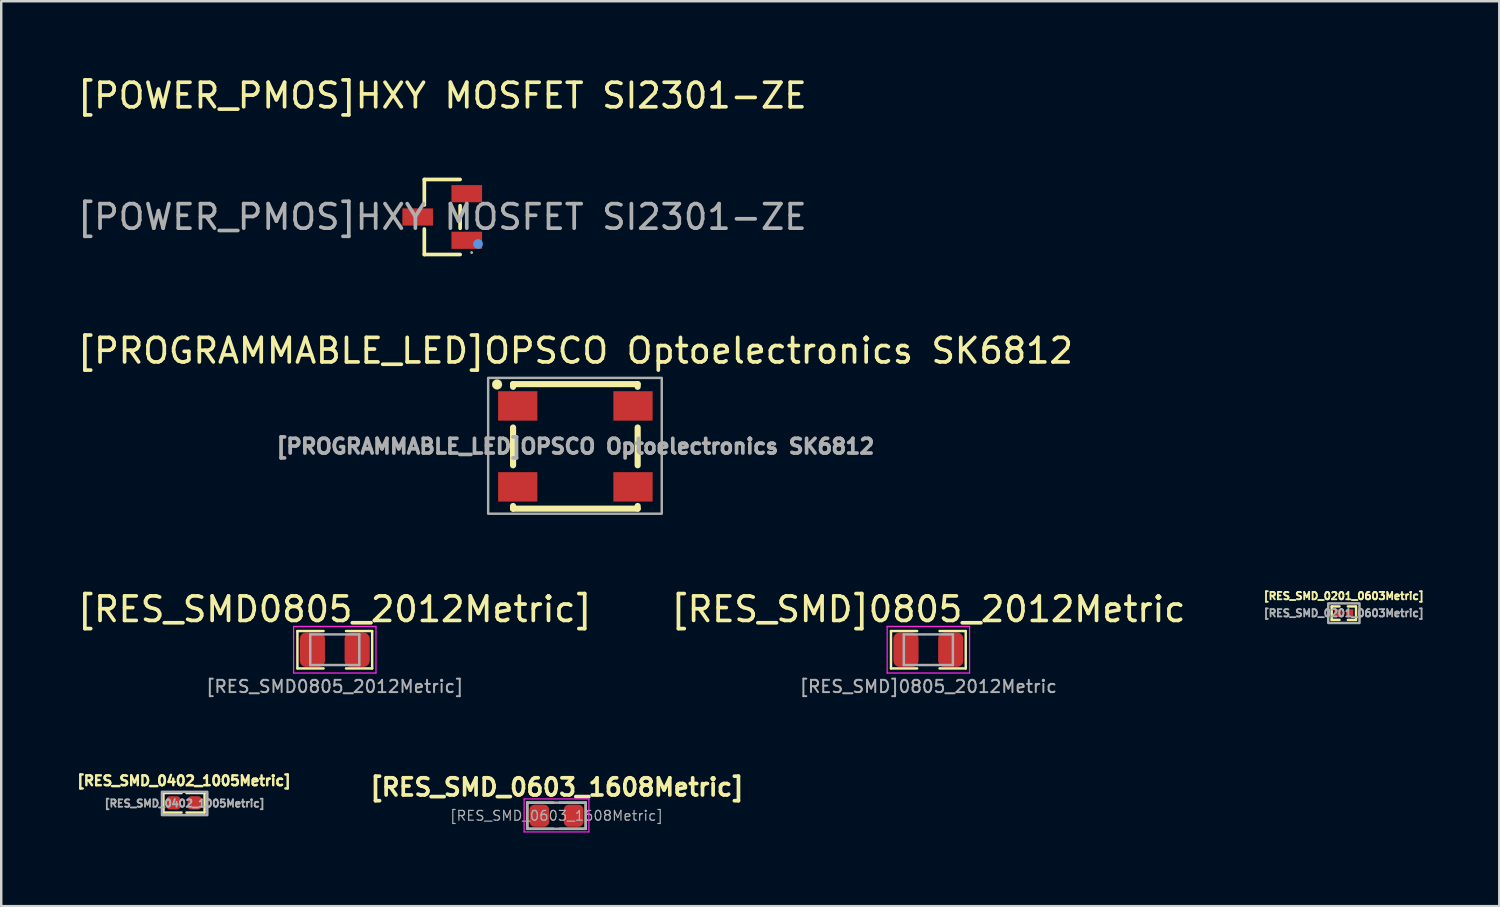
<source format=kicad_pcb>
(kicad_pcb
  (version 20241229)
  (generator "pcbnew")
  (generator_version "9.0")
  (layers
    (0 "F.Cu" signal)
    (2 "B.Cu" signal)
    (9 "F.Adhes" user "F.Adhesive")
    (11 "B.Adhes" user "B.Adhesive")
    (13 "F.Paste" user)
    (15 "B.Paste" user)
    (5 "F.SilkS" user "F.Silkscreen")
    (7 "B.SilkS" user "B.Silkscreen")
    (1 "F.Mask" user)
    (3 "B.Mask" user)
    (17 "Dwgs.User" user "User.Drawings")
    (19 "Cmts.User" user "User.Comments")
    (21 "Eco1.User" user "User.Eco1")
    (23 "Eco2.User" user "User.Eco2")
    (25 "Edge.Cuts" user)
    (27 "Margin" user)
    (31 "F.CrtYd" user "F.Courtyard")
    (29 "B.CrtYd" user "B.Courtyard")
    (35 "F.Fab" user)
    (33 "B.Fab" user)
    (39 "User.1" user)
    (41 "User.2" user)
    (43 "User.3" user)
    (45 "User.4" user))
  (footprint "[POWER_PMOS]HXY MOSFET SI2301-ZE"
    (layer "F.Cu")
    (at 14.982 5.798)
    (property "Reference" "[POWER_PMOS]HXY MOSFET SI2301-ZE" (at 0 -4.95 0) (layer "F.SilkS") (effects (font (size 1 1) (thickness 0.15))))
    (attr smd)
    (fp_line (start -0.73 -1.53) (end -0.73 -0.49) (stroke (width 0.15) (type solid)) (layer "F.SilkS"))
    (fp_line (start -0.73 1.53) (end -0.73 0.49) (stroke (width 0.15) (type solid)) (layer "F.SilkS"))
    (fp_line (start 0.73 -1.53) (end -0.73 -1.53) (stroke (width 0.15) (type solid)) (layer "F.SilkS"))
    (fp_line (start 0.73 -0.46) (end 0.73 0.46) (stroke (width 0.15) (type solid)) (layer "F.SilkS"))
    (fp_line (start 0.73 1.53) (end -0.73 1.53) (stroke (width 0.15) (type solid)) (layer "F.SilkS"))
    (fp_circle (center 1.46 1.1) (end 1.56 1.1) (stroke (width 0.2) (type solid)) (fill no) (layer "Cmts.User"))
    (fp_circle (center 1.2 1.45) (end 1.23 1.45) (stroke (width 0.06) (type solid)) (fill no) (layer "F.Fab"))
    (fp_text user "${REFERENCE}" (at 0 0 0) (layer "F.Fab") (effects (font (size 1 1) (thickness 0.15))))
    (pad "1" smd rect (at 1 0.95) (size 1.25 0.7) (layers "F.Cu" "F.Mask" "F.Paste"))
    (pad "2" smd rect (at 1 -0.95) (size 1.25 0.7) (layers "F.Cu" "F.Mask" "F.Paste"))
    (pad "3" smd rect (at -1 0) (size 1.25 0.7) (layers "F.Cu" "F.Mask" "F.Paste")))
  (footprint "[RES_SMD0805_2012Metric]"
    (layer "F.Cu")
    (at 10.601 23.443)
    (property "Reference" "[RES_SMD0805_2012Metric]" (at 0 -1.65 0) (layer "F.SilkS") (effects (font (size 1 1) (thickness 0.15))))
    (attr smd)
    (fp_line (start -1.524 -0.762) (end -0.457 -0.762) (stroke (width 0.1) (type default)) (layer "F.SilkS"))
    (fp_line (start -1.524 0.762) (end -1.524 -0.762) (stroke (width 0.1) (type default)) (layer "F.SilkS"))
    (fp_line (start -0.457 0.762) (end -1.524 0.762) (stroke (width 0.1) (type default)) (layer "F.SilkS"))
    (fp_line (start 0.457 -0.762) (end 1.524 -0.762) (stroke (width 0.1) (type default)) (layer "F.SilkS"))
    (fp_line (start 1.524 -0.762) (end 1.524 0.762) (stroke (width 0.1) (type default)) (layer "F.SilkS"))
    (fp_line (start 1.524 0.762) (end 0.457 0.762) (stroke (width 0.1) (type default)) (layer "F.SilkS"))
    (fp_line (start -1.68 -0.95) (end 1.68 -0.95) (stroke (width 0.05) (type solid)) (layer "F.CrtYd"))
    (fp_line (start -1.68 0.95) (end -1.68 -0.95) (stroke (width 0.05) (type solid)) (layer "F.CrtYd"))
    (fp_line (start 1.68 -0.95) (end 1.68 0.95) (stroke (width 0.05) (type solid)) (layer "F.CrtYd"))
    (fp_line (start 1.68 0.95) (end -1.68 0.95) (stroke (width 0.05) (type solid)) (layer "F.CrtYd"))
    (fp_line (start -1 -0.625) (end 1 -0.625) (stroke (width 0.1) (type solid)) (layer "F.Fab"))
    (fp_line (start -1 0.625) (end -1 -0.625) (stroke (width 0.1) (type solid)) (layer "F.Fab"))
    (fp_line (start 1 -0.625) (end 1 0.625) (stroke (width 0.1) (type solid)) (layer "F.Fab"))
    (fp_line (start 1 0.625) (end -1 0.625) (stroke (width 0.1) (type solid)) (layer "F.Fab"))
    (fp_text user "${REFERENCE}" (at 0 1.5 0) (layer "F.Fab") (effects (font (size 0.5 0.5) (thickness 0.08))))
    (pad "1" smd roundrect (at -0.912 0) (size 1.025 1.4) (layers "F.Cu" "F.Mask" "F.Paste") (roundrect_rratio 0.244))
    (pad "2" smd roundrect (at 0.912 0) (size 1.025 1.4) (layers "F.Cu" "F.Mask" "F.Paste") (roundrect_rratio 0.244)))
  (footprint "[RES_SMD_0402_1005Metric]"
    (layer "F.Cu")
    (at 4.453 29.686)
    (property "Reference" "[RES_SMD_0402_1005Metric]" (at 0 -0.9 0) (layer "F.SilkS") (effects (font (size 0.4 0.4) (thickness 0.1))))
    (attr smd)
    (fp_line (start -0.839 -0.4) (end -0.1 -0.4) (stroke (width 0.1) (type default)) (layer "F.SilkS"))
    (fp_line (start -0.838 0.396) (end -0.839 -0.4) (stroke (width 0.1) (type default)) (layer "F.SilkS"))
    (fp_line (start -0.1 0.396) (end -0.838 0.396) (stroke (width 0.1) (type default)) (layer "F.SilkS"))
    (fp_line (start 0.1 -0.4) (end 0.838 -0.4) (stroke (width 0.1) (type default)) (layer "F.SilkS"))
    (fp_line (start 0.838 -0.4) (end 0.839 0.396) (stroke (width 0.1) (type default)) (layer "F.SilkS"))
    (fp_line (start 0.839 0.396) (end 0.1 0.396) (stroke (width 0.1) (type default)) (layer "F.SilkS"))
    (fp_rect (start -0.9 -0.45) (end 0.95 0.5) (stroke (width 0.1) (type default)) (fill no) (layer "F.Fab"))
    (fp_text user "${REFERENCE}" (at 0.025 0.025 0) (layer "F.Fab") (effects (font (size 0.3 0.3) (thickness 0.075))))
    (pad "1" smd roundrect (at -0.43 0) (size 0.57 0.54) (layers "F.Cu" "F.Mask" "F.Paste") (roundrect_rratio 0.25))
    (pad "2" smd roundrect (at 0.43 0) (size 0.57 0.54) (layers "F.Cu" "F.Mask" "F.Paste") (roundrect_rratio 0.25)))
  (footprint "[RES_SMD_0201_0603Metric]"
    (layer "F.Cu")
    (at 51.744 21.952)
    (property "Reference" "[RES_SMD_0201_0603Metric]" (at 0 -0.7 0) (layer "F.SilkS") (effects (font (size 0.3 0.3) (thickness 0.075))))
    (attr through_hole)
    (fp_line (start -0.495 -0.275) (end -0.495 0.275) (stroke (width 0.1) (type solid)) (layer "F.SilkS"))
    (fp_line (start -0.495 -0.275) (end -0.175 -0.275) (stroke (width 0.1) (type solid)) (layer "F.SilkS"))
    (fp_line (start -0.495 0.275) (end -0.175 0.275) (stroke (width 0.1) (type solid)) (layer "F.SilkS"))
    (fp_line (start 0.485 -0.275) (end 0.165 -0.275) (stroke (width 0.1) (type solid)) (layer "F.SilkS"))
    (fp_line (start 0.485 0.275) (end 0.165 0.275) (stroke (width 0.1) (type solid)) (layer "F.SilkS"))
    (fp_line (start 0.5 0.275) (end 0.5 -0.275) (stroke (width 0.1) (type solid)) (layer "F.SilkS"))
    (fp_rect (start -0.634 -0.4) (end 0.64 0.4) (stroke (width 0.1) (type default)) (fill no) (layer "F.Fab"))
    (fp_text user "${REFERENCE}" (at 0 0 0) (layer "F.Fab") (effects (font (size 0.3 0.3) (thickness 0.075))))
    (pad "1" smd rect (at -0.24 0) (size 0.3 0.32) (layers "F.Cu" "F.Mask" "F.Paste"))
    (pad "2" smd rect (at 0.24 0) (size 0.3 0.32) (layers "F.Cu" "F.Mask" "F.Paste")))
  (footprint "[RES_SMD]0805_2012Metric"
    (layer "F.Cu")
    (at 34.804 23.443)
    (property "Reference" "[RES_SMD]0805_2012Metric" (at 0 -1.65 0) (layer "F.SilkS") (effects (font (size 1 1) (thickness 0.15))))
    (attr smd)
    (fp_line (start -1.524 -0.762) (end -0.457 -0.762) (stroke (width 0.1) (type default)) (layer "F.SilkS"))
    (fp_line (start -1.524 0.762) (end -1.524 -0.762) (stroke (width 0.1) (type default)) (layer "F.SilkS"))
    (fp_line (start -0.457 0.762) (end -1.524 0.762) (stroke (width 0.1) (type default)) (layer "F.SilkS"))
    (fp_line (start 0.457 -0.762) (end 1.524 -0.762) (stroke (width 0.1) (type default)) (layer "F.SilkS"))
    (fp_line (start 1.524 -0.762) (end 1.524 0.762) (stroke (width 0.1) (type default)) (layer "F.SilkS"))
    (fp_line (start 1.524 0.762) (end 0.457 0.762) (stroke (width 0.1) (type default)) (layer "F.SilkS"))
    (fp_line (start -1.68 -0.95) (end 1.68 -0.95) (stroke (width 0.05) (type solid)) (layer "F.CrtYd"))
    (fp_line (start -1.68 0.95) (end -1.68 -0.95) (stroke (width 0.05) (type solid)) (layer "F.CrtYd"))
    (fp_line (start 1.68 -0.95) (end 1.68 0.95) (stroke (width 0.05) (type solid)) (layer "F.CrtYd"))
    (fp_line (start 1.68 0.95) (end -1.68 0.95) (stroke (width 0.05) (type solid)) (layer "F.CrtYd"))
    (fp_line (start -1 -0.625) (end 1 -0.625) (stroke (width 0.1) (type solid)) (layer "F.Fab"))
    (fp_line (start -1 0.625) (end -1 -0.625) (stroke (width 0.1) (type solid)) (layer "F.Fab"))
    (fp_line (start 1 -0.625) (end 1 0.625) (stroke (width 0.1) (type solid)) (layer "F.Fab"))
    (fp_line (start 1 0.625) (end -1 0.625) (stroke (width 0.1) (type solid)) (layer "F.Fab"))
    (fp_text user "${REFERENCE}" (at 0 1.5 0) (layer "F.Fab") (effects (font (size 0.5 0.5) (thickness 0.08))))
    (pad "1" smd roundrect (at -0.912 0) (size 1.025 1.4) (layers "F.Cu" "F.Mask" "F.Paste") (roundrect_rratio 0.244))
    (pad "2" smd roundrect (at 0.912 0) (size 1.025 1.4) (layers "F.Cu" "F.Mask" "F.Paste") (roundrect_rratio 0.244)))
  (footprint "[RES_SMD_0603_1608Metric]"
    (layer "F.Cu")
    (at 19.641 30.209)
    (property "Reference" "[RES_SMD_0603_1608Metric]" (at 0.02 -1.16 0) (layer "F.SilkS") (effects (font (size 0.7 0.7) (thickness 0.15))))
    (attr smd)
    (fp_line (start -1.193 -0.53) (end -0.127 -0.53) (stroke (width 0.1) (type default)) (layer "F.SilkS"))
    (fp_line (start -1.192 0.537) (end -1.193 -0.53) (stroke (width 0.1) (type default)) (layer "F.SilkS"))
    (fp_line (start -0.125 0.537) (end -1.192 0.537) (stroke (width 0.1) (type default)) (layer "F.SilkS"))
    (fp_line (start 0.127 -0.53) (end 1.194 -0.53) (stroke (width 0.1) (type default)) (layer "F.SilkS"))
    (fp_line (start 1.194 -0.53) (end 1.195 0.537) (stroke (width 0.1) (type default)) (layer "F.SilkS"))
    (fp_line (start 1.195 0.537) (end 0.128 0.537) (stroke (width 0.1) (type default)) (layer "F.SilkS"))
    (fp_line (start -1.32 -0.682) (end 1.321 -0.682) (stroke (width 0.05) (type solid)) (layer "F.CrtYd"))
    (fp_line (start -1.32 0.664) (end -1.32 -0.682) (stroke (width 0.05) (type solid)) (layer "F.CrtYd"))
    (fp_line (start 1.321 -0.682) (end 1.321 0.664) (stroke (width 0.05) (type solid)) (layer "F.CrtYd"))
    (fp_line (start 1.321 0.664) (end -1.32 0.664) (stroke (width 0.05) (type solid)) (layer "F.CrtYd"))
    (fp_line (start -1.193 -0.53) (end -1.192 0.537) (stroke (width 0.1) (type solid)) (layer "F.Fab"))
    (fp_line (start 1.193 -0.53) (end -1.193 -0.53) (stroke (width 0.1) (type solid)) (layer "F.Fab"))
    (fp_line (start 1.194 -0.53) (end 1.195 0.537) (stroke (width 0.1) (type solid)) (layer "F.Fab"))
    (fp_line (start 1.194 0.537) (end -1.192 0.537) (stroke (width 0.1) (type solid)) (layer "F.Fab"))
    (fp_text user "${REFERENCE}" (at 0.0004 0.003 0) (layer "F.Fab") (effects (font (size 0.4 0.4) (thickness 0.05))))
    (pad "1" smd roundrect (at -0.7 0.003) (size 0.8 0.9) (layers "F.Cu" "F.Mask" "F.Paste") (roundrect_rratio 0.25))
    (pad "2" smd roundrect (at 0.7 0.003) (size 0.8 0.9) (layers "F.Cu" "F.Mask" "F.Paste") (roundrect_rratio 0.25)))
  (footprint "[PROGRAMMABLE_LED]OPSCO Optoelectronics SK6812"
    (layer "F.Cu")
    (at 20.411 15.152)
    (property "Reference" "[PROGRAMMABLE_LED]OPSCO Optoelectronics SK6812" (at 0 -3.9 0) (layer "F.SilkS") (effects (font (size 1 1) (thickness 0.15))))
    (attr smd)
    (fp_line (start -2.54 -2.54) (end 2.54 -2.54) (stroke (width 0.25) (type solid)) (layer "F.SilkS"))
    (fp_line (start -2.54 -2.43) (end -2.54 -2.54) (stroke (width 0.25) (type solid)) (layer "F.SilkS"))
    (fp_line (start -2.54 0.77) (end -2.54 -0.77) (stroke (width 0.25) (type solid)) (layer "F.SilkS"))
    (fp_line (start -2.54 2.54) (end -2.54 2.43) (stroke (width 0.25) (type solid)) (layer "F.SilkS"))
    (fp_line (start 2.54 -2.54) (end 2.54 -2.43) (stroke (width 0.25) (type solid)) (layer "F.SilkS"))
    (fp_line (start 2.54 -0.77) (end 2.54 0.77) (stroke (width 0.25) (type solid)) (layer "F.SilkS"))
    (fp_line (start 2.54 2.43) (end 2.54 2.54) (stroke (width 0.25) (type solid)) (layer "F.SilkS"))
    (fp_line (start 2.54 2.54) (end -2.54 2.54) (stroke (width 0.25) (type solid)) (layer "F.SilkS"))
    (fp_circle (center -3.192 -2.526) (end -2.992 -2.526) (stroke (width 0.01) (type solid)) (fill yes) (layer "F.SilkS"))
    (fp_rect (start -3.556 -2.794) (end 3.522 2.744) (stroke (width 0.1) (type solid)) (fill no) (layer "F.Fab"))
    (fp_circle (center -3.192 -2.526) (end -2.992 -2.526) (stroke (width 0.01) (type solid)) (fill no) (layer "F.Fab"))
    (fp_text user "${REFERENCE}" (at 0 0 0) (layer "F.Fab") (effects (font (size 0.6 0.6) (thickness 0.15))))
    (pad "1" smd rect (at -2.35 -1.65) (size 1.6 1.2) (layers "F.Cu" "F.Mask" "F.Paste"))
    (pad "2" smd rect (at -2.35 1.65) (size 1.6 1.2) (layers "F.Cu" "F.Mask" "F.Paste"))
    (pad "3" smd rect (at 2.35 1.65) (size 1.6 1.2) (layers "F.Cu" "F.Mask" "F.Paste"))
    (pad "4" smd rect (at 2.35 -1.65) (size 1.6 1.2) (layers "F.Cu" "F.Mask" "F.Paste")))
  (gr_rect
    (start -3 -3)
    (end 58.084 33.898)
    (stroke (width 0.1) (type default))
    (fill no)
    (layer "Edge.Cuts")))
</source>
